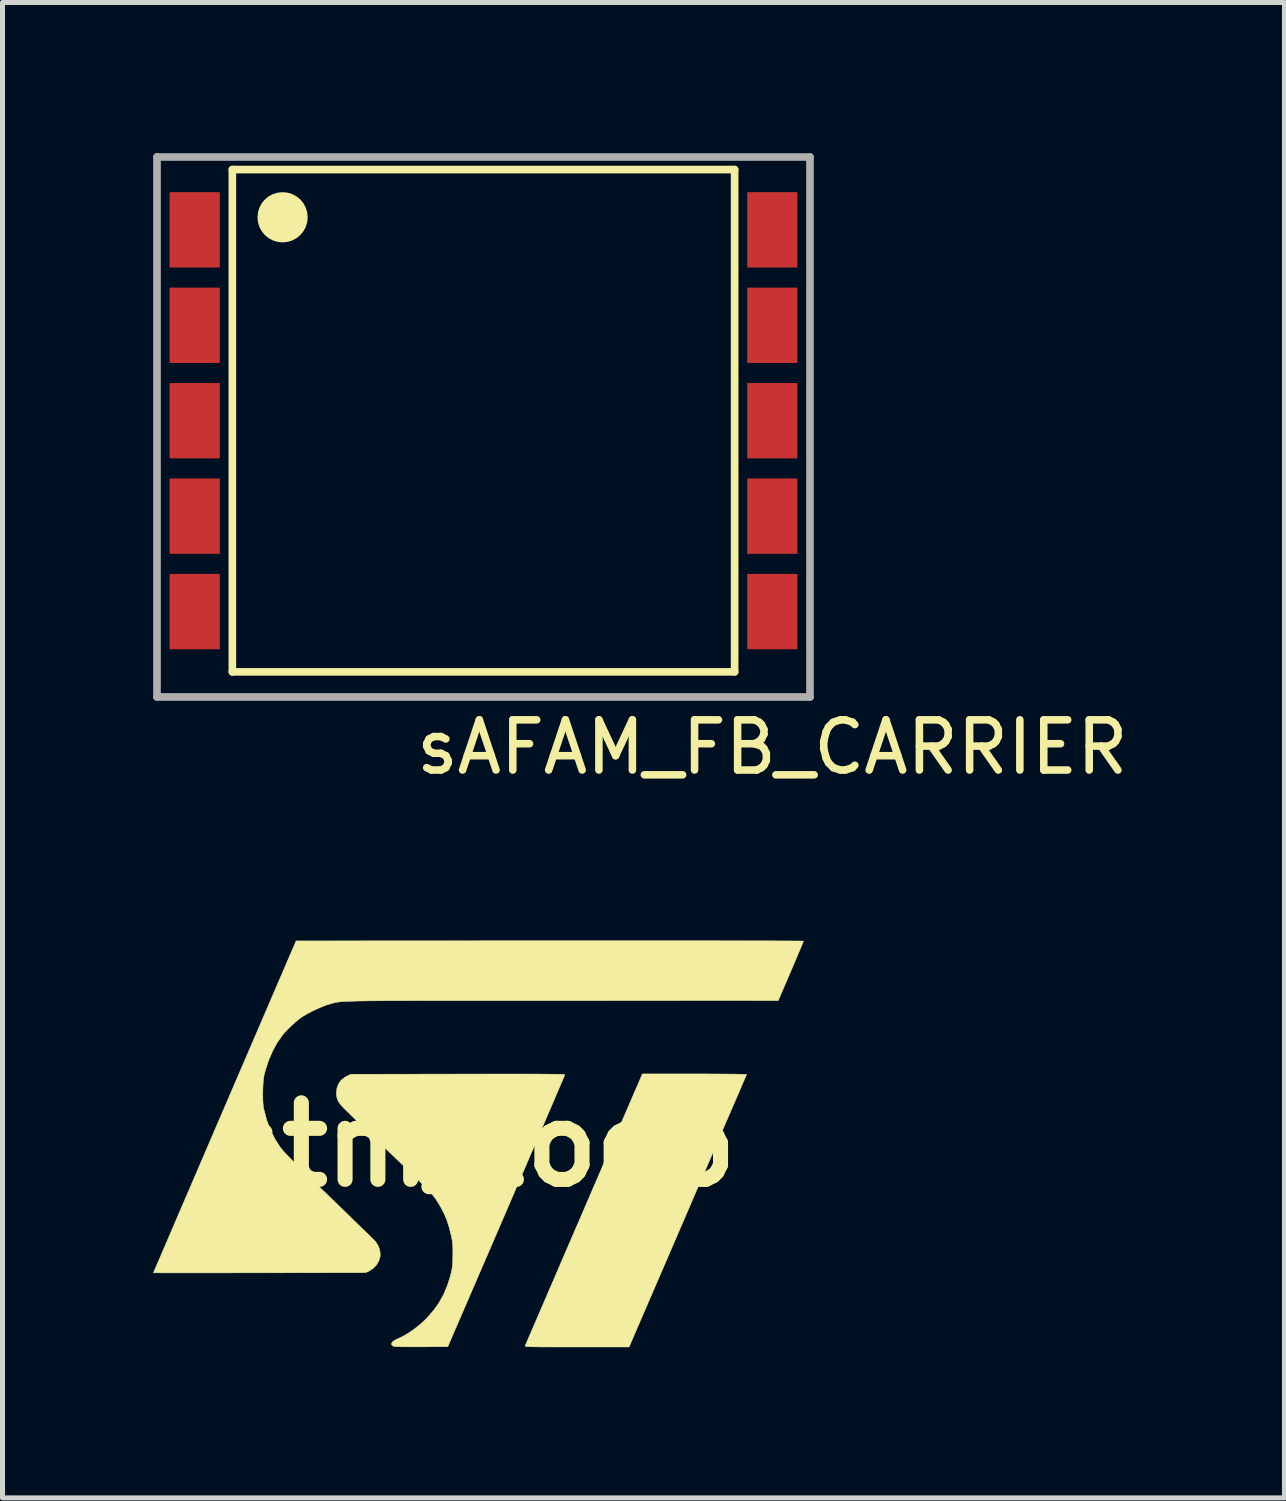
<source format=kicad_pcb>
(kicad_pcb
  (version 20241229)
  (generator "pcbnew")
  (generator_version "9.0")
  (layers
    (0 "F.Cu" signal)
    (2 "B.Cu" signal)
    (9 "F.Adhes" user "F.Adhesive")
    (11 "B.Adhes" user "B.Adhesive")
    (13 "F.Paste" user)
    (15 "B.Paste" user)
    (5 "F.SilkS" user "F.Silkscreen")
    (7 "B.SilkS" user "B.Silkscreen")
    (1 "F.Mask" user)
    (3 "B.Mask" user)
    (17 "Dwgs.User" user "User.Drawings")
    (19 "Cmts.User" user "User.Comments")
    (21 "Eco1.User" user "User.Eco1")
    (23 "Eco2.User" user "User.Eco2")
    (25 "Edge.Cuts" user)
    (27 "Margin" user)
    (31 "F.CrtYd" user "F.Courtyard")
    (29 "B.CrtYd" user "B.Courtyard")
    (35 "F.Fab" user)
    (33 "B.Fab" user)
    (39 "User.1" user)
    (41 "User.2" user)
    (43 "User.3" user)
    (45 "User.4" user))
  (footprint "stm_logo"
    (layer "F.Cu")
    (at 6.469 19.741)
    (property "Reference" "stm_logo" (at 0 0 0) (layer "F.SilkS") (effects (font (size 1.524 1.524) (thickness 0.3))))
    (attr through_hole)
    (fp_poly (pts (xy 4.498 -1.41) (xy 4.67 -1.409) (xy 4.825 -1.408) (xy 4.962 -1.407) (xy 5.08 -1.406) (xy 5.178 -1.405) (xy 5.254 -1.403) (xy 5.308 -1.402) (xy 5.338 -1.4) (xy 5.345 -1.398) (xy 5.339 -1.385) (xy 5.324 -1.35) (xy 5.3 -1.294) (xy 5.267 -1.218) (xy 5.226 -1.122) (xy 5.177 -1.009) (xy 5.121 -0.878) (xy 5.057 -0.731) (xy 4.987 -0.569) (xy 4.911 -0.393) (xy 4.83 -0.203) (xy 4.743 -0.002) (xy 4.652 0.21) (xy 4.556 0.432) (xy 4.456 0.662) (xy 4.353 0.901) (xy 4.247 1.147) (xy 4.173 1.32) (xy 3.005 4.026) (xy 1.966 4.026) (xy 1.78 4.026) (xy 1.617 4.026) (xy 1.476 4.026) (xy 1.356 4.025) (xy 1.255 4.025) (xy 1.172 4.024) (xy 1.104 4.023) (xy 1.05 4.022) (xy 1.009 4.021) (xy 0.979 4.019) (xy 0.958 4.017) (xy 0.945 4.014) (xy 0.938 4.011) (xy 0.936 4.007) (xy 0.937 4.003) (xy 0.937 4.002) (xy 0.943 3.989) (xy 0.958 3.953) (xy 0.983 3.895) (xy 1.016 3.818) (xy 1.058 3.721) (xy 1.107 3.607) (xy 1.164 3.475) (xy 1.228 3.327) (xy 1.298 3.164) (xy 1.374 2.987) (xy 1.456 2.798) (xy 1.543 2.596) (xy 1.634 2.383) (xy 1.73 2.161) (xy 1.83 1.93) (xy 1.933 1.691) (xy 2.039 1.446) (xy 2.108 1.285) (xy 3.27 -1.41) (xy 4.31 -1.41) (xy 4.498 -1.41)) (stroke (width 0.01) (type solid)) (fill yes) (layer "F.SilkS"))
    (fp_poly (pts (xy 0.768 -1.408) (xy 0.936 -1.408) (xy 1.086 -1.407) (xy 1.217 -1.407) (xy 1.33 -1.406) (xy 1.427 -1.405) (xy 1.508 -1.404) (xy 1.575 -1.403) (xy 1.628 -1.402) (xy 1.669 -1.401) (xy 1.698 -1.399) (xy 1.716 -1.397) (xy 1.725 -1.395) (xy 1.726 -1.394) (xy 1.721 -1.381) (xy 1.707 -1.346) (xy 1.683 -1.289) (xy 1.65 -1.213) (xy 1.609 -1.117) (xy 1.56 -1.003) (xy 1.504 -0.871) (xy 1.441 -0.724) (xy 1.371 -0.562) (xy 1.296 -0.386) (xy 1.214 -0.196) (xy 1.128 0.005) (xy 1.036 0.217) (xy 0.941 0.439) (xy 0.841 0.67) (xy 0.738 0.909) (xy 0.633 1.154) (xy 0.561 1.321) (xy -0.604 4.02) (xy -1.131 4.023) (xy -1.269 4.023) (xy -1.383 4.023) (xy -1.477 4.023) (xy -1.55 4.022) (xy -1.606 4.02) (xy -1.647 4.017) (xy -1.673 4.014) (xy -1.688 4.01) (xy -1.689 4.01) (xy -1.719 3.986) (xy -1.725 3.958) (xy -1.708 3.928) (xy -1.669 3.897) (xy -1.61 3.867) (xy -1.598 3.862) (xy -1.497 3.814) (xy -1.388 3.75) (xy -1.274 3.672) (xy -1.163 3.584) (xy -1.06 3.49) (xy -1.016 3.446) (xy -0.885 3.296) (xy -0.777 3.143) (xy -0.687 2.981) (xy -0.613 2.805) (xy -0.592 2.742) (xy -0.56 2.64) (xy -0.537 2.553) (xy -0.52 2.472) (xy -0.51 2.391) (xy -0.505 2.301) (xy -0.503 2.195) (xy -0.503 2.165) (xy -0.503 2.079) (xy -0.506 2.011) (xy -0.51 1.954) (xy -0.517 1.902) (xy -0.527 1.846) (xy -0.538 1.798) (xy -0.577 1.643) (xy -0.62 1.507) (xy -0.672 1.381) (xy -0.734 1.259) (xy -0.809 1.134) (xy -0.832 1.099) (xy -0.849 1.073) (xy -0.867 1.049) (xy -0.886 1.024) (xy -0.907 0.998) (xy -0.933 0.968) (xy -0.963 0.934) (xy -1 0.896) (xy -1.044 0.85) (xy -1.097 0.797) (xy -1.16 0.735) (xy -1.233 0.663) (xy -1.319 0.579) (xy -1.418 0.483) (xy -1.532 0.374) (xy -1.661 0.249) (xy -1.808 0.108) (xy -1.841 0.076) (xy -1.96 -0.038) (xy -2.075 -0.148) (xy -2.184 -0.254) (xy -2.287 -0.353) (xy -2.381 -0.444) (xy -2.466 -0.525) (xy -2.539 -0.596) (xy -2.599 -0.655) (xy -2.644 -0.699) (xy -2.673 -0.728) (xy -2.68 -0.735) (xy -2.741 -0.802) (xy -2.782 -0.861) (xy -2.807 -0.92) (xy -2.819 -0.982) (xy -2.821 -1.029) (xy -2.81 -1.13) (xy -2.778 -1.215) (xy -2.726 -1.287) (xy -2.652 -1.344) (xy -2.62 -1.361) (xy -2.534 -1.403) (xy -0.403 -1.407) (xy -0.122 -1.407) (xy 0.134 -1.408) (xy 0.367 -1.408) (xy 0.578 -1.408) (xy 0.768 -1.408)) (stroke (width 0.01) (type solid)) (fill yes) (layer "F.SilkS"))
    (fp_poly (pts (xy 3.452 -4.061) (xy 3.757 -4.061) (xy 4.05 -4.061) (xy 4.331 -4.061) (xy 4.599 -4.061) (xy 4.852 -4.06) (xy 5.091 -4.06) (xy 5.313 -4.06) (xy 5.519 -4.059) (xy 5.707 -4.059) (xy 5.877 -4.059) (xy 6.027 -4.058) (xy 6.157 -4.058) (xy 6.267 -4.057) (xy 6.354 -4.057) (xy 6.419 -4.056) (xy 6.46 -4.055) (xy 6.477 -4.055) (xy 6.477 -4.054) (xy 6.473 -4.041) (xy 6.459 -4.007) (xy 6.437 -3.954) (xy 6.408 -3.884) (xy 6.372 -3.8) (xy 6.332 -3.704) (xy 6.287 -3.598) (xy 6.238 -3.484) (xy 6.227 -3.458) (xy 5.975 -2.871) (xy 1.683 -2.87) (xy 1.287 -2.87) (xy 0.915 -2.87) (xy 0.567 -2.87) (xy 0.243 -2.87) (xy -0.06 -2.87) (xy -0.342 -2.87) (xy -0.603 -2.87) (xy -0.844 -2.87) (xy -1.067 -2.87) (xy -1.272 -2.869) (xy -1.459 -2.869) (xy -1.631 -2.868) (xy -1.786 -2.868) (xy -1.928 -2.867) (xy -2.055 -2.866) (xy -2.169 -2.865) (xy -2.272 -2.863) (xy -2.362 -2.862) (xy -2.443 -2.86) (xy -2.514 -2.858) (xy -2.576 -2.856) (xy -2.629 -2.854) (xy -2.676 -2.851) (xy -2.716 -2.848) (xy -2.751 -2.845) (xy -2.781 -2.842) (xy -2.807 -2.838) (xy -2.831 -2.834) (xy -2.852 -2.829) (xy -2.871 -2.825) (xy -2.89 -2.82) (xy -2.909 -2.814) (xy -2.929 -2.808) (xy -2.952 -2.802) (xy -2.959 -2.8) (xy -3.033 -2.777) (xy -3.121 -2.742) (xy -3.217 -2.7) (xy -3.314 -2.653) (xy -3.406 -2.605) (xy -3.485 -2.559) (xy -3.509 -2.544) (xy -3.568 -2.5) (xy -3.638 -2.442) (xy -3.712 -2.374) (xy -3.785 -2.304) (xy -3.85 -2.236) (xy -3.898 -2.179) (xy -4.001 -2.032) (xy -4.092 -1.864) (xy -4.171 -1.681) (xy -4.235 -1.484) (xy -4.263 -1.378) (xy -4.272 -1.321) (xy -4.279 -1.245) (xy -4.284 -1.156) (xy -4.287 -1.061) (xy -4.287 -0.964) (xy -4.285 -0.873) (xy -4.28 -0.794) (xy -4.272 -0.732) (xy -4.269 -0.718) (xy -4.211 -0.498) (xy -4.137 -0.297) (xy -4.046 -0.115) (xy -3.94 0.05) (xy -3.93 0.063) (xy -3.909 0.089) (xy -3.883 0.12) (xy -3.85 0.156) (xy -3.81 0.199) (xy -3.76 0.251) (xy -3.701 0.311) (xy -3.63 0.382) (xy -3.547 0.464) (xy -3.451 0.558) (xy -3.341 0.665) (xy -3.215 0.788) (xy -3.073 0.925) (xy -2.96 1.034) (xy -2.834 1.156) (xy -2.713 1.273) (xy -2.597 1.385) (xy -2.489 1.491) (xy -2.389 1.588) (xy -2.299 1.676) (xy -2.22 1.753) (xy -2.153 1.818) (xy -2.101 1.87) (xy -2.064 1.907) (xy -2.043 1.929) (xy -2.04 1.932) (xy -1.997 1.997) (xy -1.966 2.074) (xy -1.95 2.153) (xy -1.95 2.216) (xy -1.974 2.306) (xy -2.02 2.388) (xy -2.086 2.458) (xy -2.168 2.512) (xy -2.182 2.519) (xy -2.242 2.546) (xy -4.353 2.55) (xy -4.582 2.55) (xy -4.805 2.55) (xy -5.019 2.551) (xy -5.224 2.551) (xy -5.418 2.551) (xy -5.599 2.551) (xy -5.767 2.551) (xy -5.92 2.551) (xy -6.057 2.551) (xy -6.176 2.551) (xy -6.277 2.551) (xy -6.357 2.55) (xy -6.416 2.55) (xy -6.452 2.55) (xy -6.464 2.55) (xy -6.459 2.538) (xy -6.445 2.504) (xy -6.421 2.448) (xy -6.388 2.372) (xy -6.347 2.276) (xy -6.298 2.161) (xy -6.241 2.029) (xy -6.177 1.88) (xy -6.106 1.715) (xy -6.029 1.535) (xy -5.946 1.341) (xy -5.857 1.134) (xy -5.762 0.915) (xy -5.663 0.684) (xy -5.56 0.443) (xy -5.452 0.193) (xy -5.341 -0.066) (xy -5.227 -0.332) (xy -5.109 -0.605) (xy -5.044 -0.756) (xy -3.624 -4.058) (xy 1.426 -4.061) (xy 1.783 -4.061) (xy 2.133 -4.061) (xy 2.476 -4.061) (xy 2.811 -4.061) (xy 3.136 -4.061) (xy 3.452 -4.061)) (stroke (width 0.01) (type solid)) (fill yes) (layer "F.SilkS")))
  (footprint "sAFAM_FB_CARRIER"
    (layer "F.Cu")
    (at 0.826 1.526)
    (property "Reference" "sAFAM_FB_CARRIER" (at 11.5 10.3 0) (layer "F.SilkS") (effects (font (size 1 1) (thickness 0.15))))
    (attr smd)
    (fp_line (start 0.75 -1.2) (end 0.75 8.8) (stroke (width 0.152) (type solid)) (layer "F.SilkS"))
    (fp_line (start 0.75 8.8) (end 10.75 8.8) (stroke (width 0.152) (type solid)) (layer "F.SilkS"))
    (fp_line (start 10.75 -1.2) (end 0.75 -1.2) (stroke (width 0.152) (type solid)) (layer "F.SilkS"))
    (fp_line (start 10.75 8.8) (end 10.75 -1.2) (stroke (width 0.152) (type solid)) (layer "F.SilkS"))
    (fp_circle (center 1.75 -0.25) (end 2 -0.25) (stroke (width 0.5) (type solid)) (fill no) (layer "F.SilkS"))
    (fp_line (start -0.75 -1.45) (end -0.75 9.3) (stroke (width 0.152) (type solid)) (layer "F.Fab"))
    (fp_line (start -0.75 -1.45) (end 12.25 -1.45) (stroke (width 0.152) (type solid)) (layer "F.Fab"))
    (fp_line (start -0.75 9.3) (end 12.25 9.3) (stroke (width 0.152) (type solid)) (layer "F.Fab"))
    (fp_line (start 12.25 -1.45) (end 12.25 9.3) (stroke (width 0.152) (type solid)) (layer "F.Fab"))
    (pad "1" smd rect (at 0 0) (size 1 1.5) (layers "F.Cu" "F.Mask" "F.Paste"))
    (pad "2" smd rect (at 0 1.9) (size 1 1.5) (layers "F.Cu" "F.Mask" "F.Paste"))
    (pad "3" smd rect (at 0 3.8) (size 1 1.5) (layers "F.Cu" "F.Mask" "F.Paste"))
    (pad "4" smd rect (at 0 5.7) (size 1 1.5) (layers "F.Cu" "F.Mask" "F.Paste"))
    (pad "5" smd rect (at 0 7.6) (size 1 1.5) (layers "F.Cu" "F.Mask" "F.Paste"))
    (pad "6" smd rect (at 11.5 7.6) (size 1 1.5) (layers "F.Cu" "F.Mask" "F.Paste"))
    (pad "7" smd rect (at 11.5 5.7) (size 1 1.5) (layers "F.Cu" "F.Mask" "F.Paste"))
    (pad "8" smd rect (at 11.5 3.8) (size 1 1.5) (layers "F.Cu" "F.Mask" "F.Paste"))
    (pad "9" smd rect (at 11.5 1.9) (size 1 1.5) (layers "F.Cu" "F.Mask" "F.Paste"))
    (pad "10" smd rect (at 11.5 0) (size 1 1.5) (layers "F.Cu" "F.Mask" "F.Paste")))
  (gr_rect
    (start -3 -3)
    (end 22.523 26.772)
    (stroke (width 0.1) (type default))
    (fill no)
    (layer "Edge.Cuts")))
</source>
